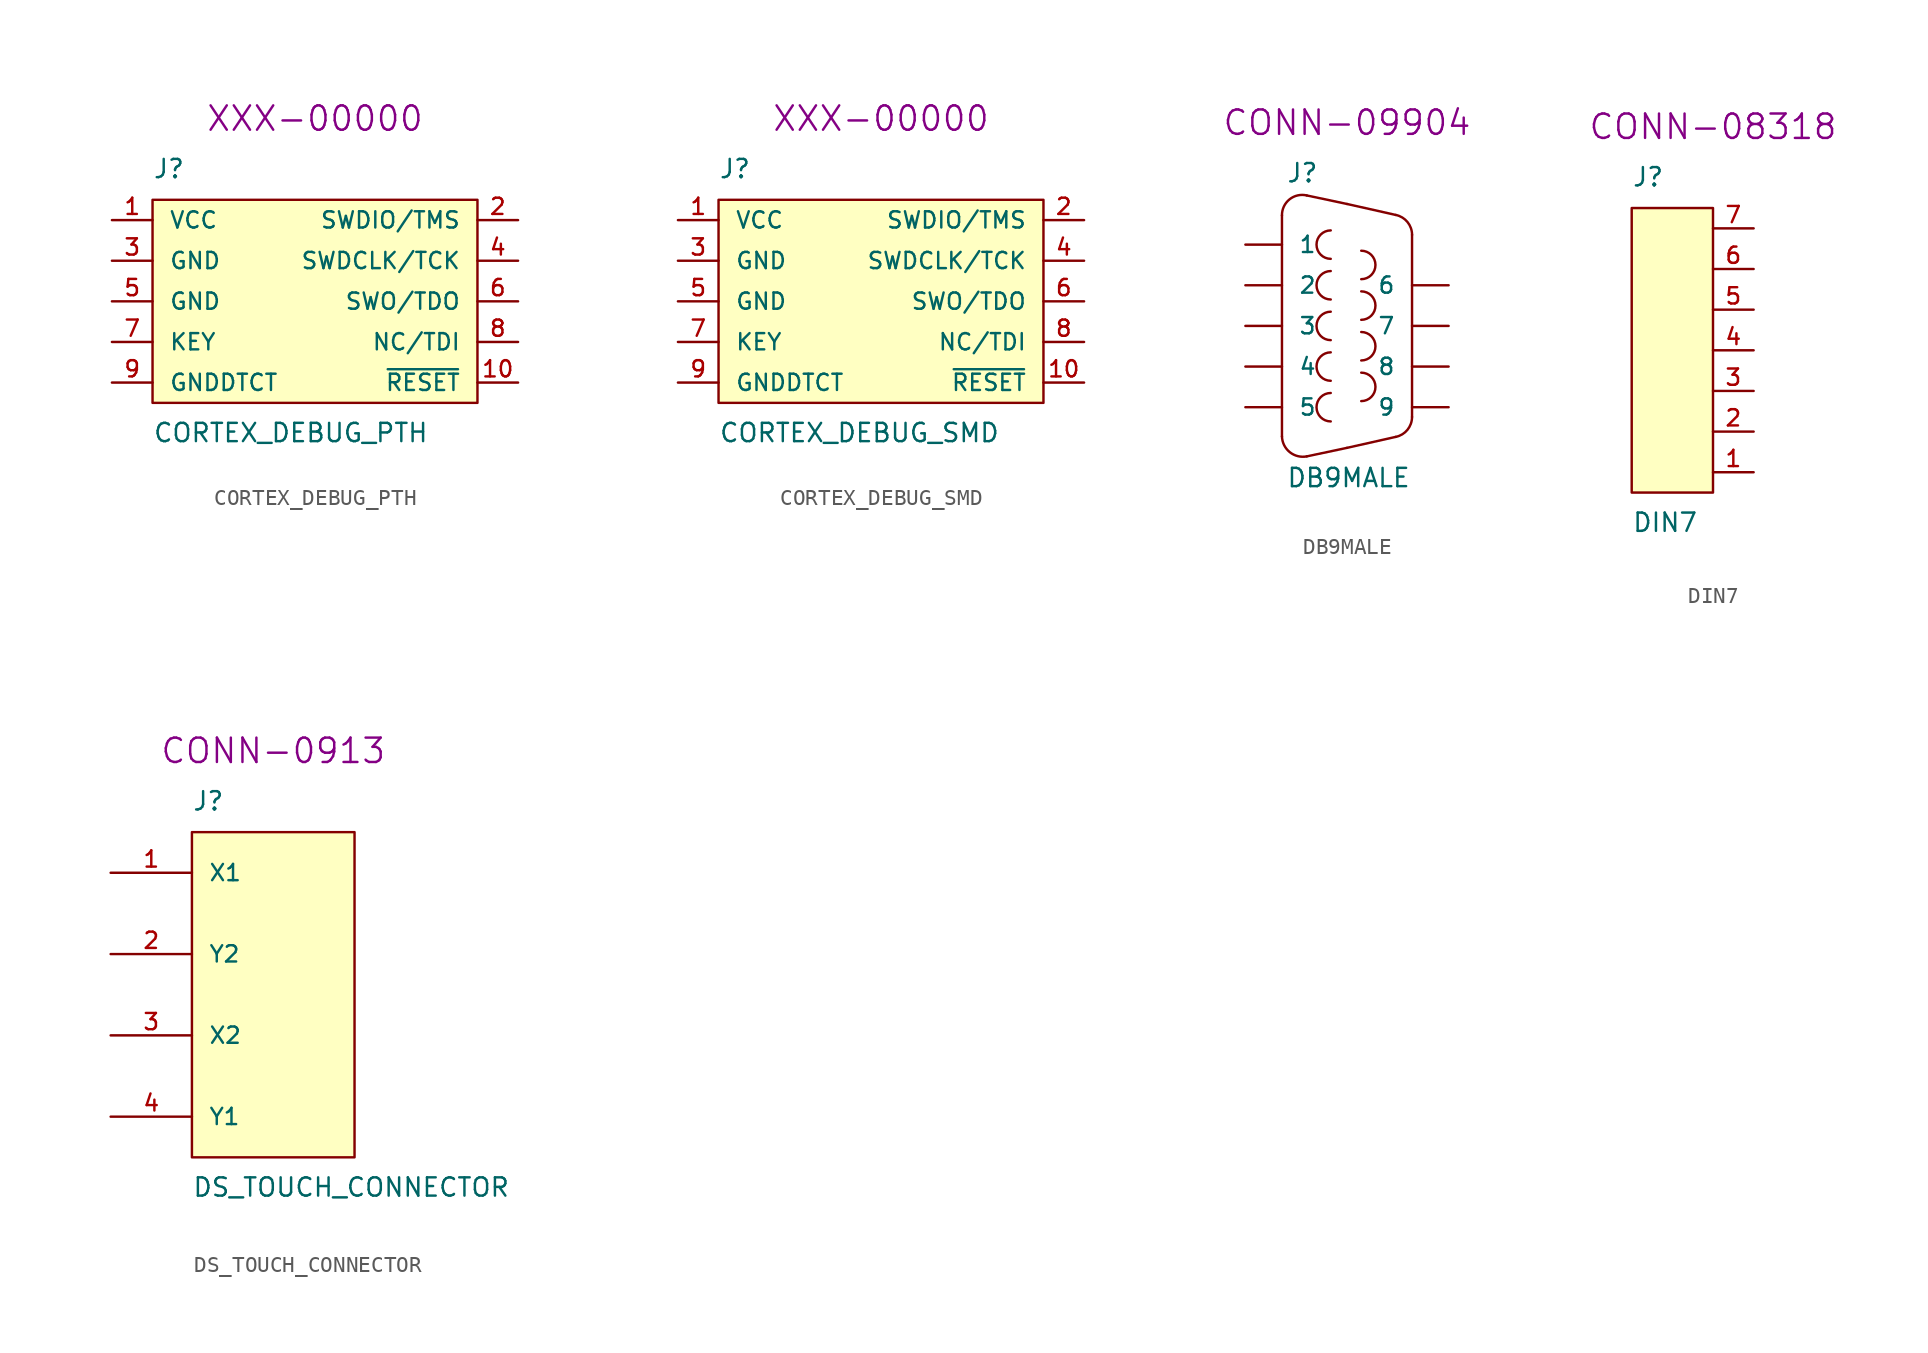
<source format=kicad_sym>
(kicad_symbol_lib
  (version 20201005)
  (generator kicad_symbol_editor)
  (symbol "CORTEX_DEBUG_PTH"
    (pin_names
      (offset 1.016))
    (property "Reference" "J"
      (at -10.16 7.62 0)
      (effects (font (size 1.143 1.143)) (justify left bottom)))
    (property "Value" "CORTEX_DEBUG_PTH"
      (at -10.16 -8.89 0)
      (effects (font (size 1.143 1.143)) (justify left bottom)))
    (property "Field4" "XXX-00000"
      (at 0 11.43 0)
      (effects (font (size 1.524 1.524))))
    (property "ki_locked" ""
      (at 0 0 0)
      (effects (font (size 1.27 1.27))))
    (symbol "CORTEX_DEBUG_PTH_1_1"
      (polyline (pts (xy -10.16 -6.35) (xy -10.16 6.35) (xy 10.16 6.35) (xy 10.16 -6.35) (xy -10.16 -6.35)) (stroke (width 0)) (fill (type background)))
      (pin bidirectional line (at -12.7 5.08 0) (length 2.54) (name "VCC" (effects (font (size 1.016 1.016)))) (number "1" (effects (font (size 1.016 1.016)))))
      (pin bidirectional line (at 12.7 5.08 180) (length 2.54) (name "SWDIO/TMS" (effects (font (size 1.016 1.016)))) (number "2" (effects (font (size 1.016 1.016)))))
      (pin bidirectional line (at -12.7 2.54 0) (length 2.54) (name "GND" (effects (font (size 1.016 1.016)))) (number "3" (effects (font (size 1.016 1.016)))))
      (pin bidirectional line (at 12.7 2.54 180) (length 2.54) (name "SWDCLK/TCK" (effects (font (size 1.016 1.016)))) (number "4" (effects (font (size 1.016 1.016)))))
      (pin bidirectional line (at -12.7 0 0) (length 2.54) (name "GND" (effects (font (size 1.016 1.016)))) (number "5" (effects (font (size 1.016 1.016)))))
      (pin bidirectional line (at 12.7 0 180) (length 2.54) (name "SWO/TDO" (effects (font (size 1.016 1.016)))) (number "6" (effects (font (size 1.016 1.016)))))
      (pin bidirectional line (at -12.7 -2.54 0) (length 2.54) (name "KEY" (effects (font (size 1.016 1.016)))) (number "7" (effects (font (size 1.016 1.016)))))
      (pin bidirectional line (at 12.7 -2.54 180) (length 2.54) (name "NC/TDI" (effects (font (size 1.016 1.016)))) (number "8" (effects (font (size 1.016 1.016)))))
      (pin bidirectional line (at -12.7 -5.08 0) (length 2.54) (name "GNDDTCT" (effects (font (size 1.016 1.016)))) (number "9" (effects (font (size 1.016 1.016)))))
      (pin bidirectional line (at 12.7 -5.08 180) (length 2.54) (name "~RESET" (effects (font (size 1.016 1.016)))) (number "10" (effects (font (size 1.016 1.016)))))))
  (symbol "CORTEX_DEBUG_SMD"
    (pin_names
      (offset 1.016))
    (property "Reference" "J"
      (at -10.16 7.62 0)
      (effects (font (size 1.143 1.143)) (justify left bottom)))
    (property "Value" "CORTEX_DEBUG_SMD"
      (at -10.16 -8.89 0)
      (effects (font (size 1.143 1.143)) (justify left bottom)))
    (property "Field4" "XXX-00000"
      (at 0 11.43 0)
      (effects (font (size 1.524 1.524))))
    (property "ki_locked" ""
      (at 0 0 0)
      (effects (font (size 1.27 1.27))))
    (symbol "CORTEX_DEBUG_SMD_1_1"
      (polyline (pts (xy -10.16 -6.35) (xy -10.16 6.35) (xy 10.16 6.35) (xy 10.16 -6.35) (xy -10.16 -6.35)) (stroke (width 0)) (fill (type background)))
      (pin bidirectional line (at -12.7 5.08 0) (length 2.54) (name "VCC" (effects (font (size 1.016 1.016)))) (number "1" (effects (font (size 1.016 1.016)))))
      (pin bidirectional line (at 12.7 5.08 180) (length 2.54) (name "SWDIO/TMS" (effects (font (size 1.016 1.016)))) (number "2" (effects (font (size 1.016 1.016)))))
      (pin bidirectional line (at -12.7 2.54 0) (length 2.54) (name "GND" (effects (font (size 1.016 1.016)))) (number "3" (effects (font (size 1.016 1.016)))))
      (pin bidirectional line (at 12.7 2.54 180) (length 2.54) (name "SWDCLK/TCK" (effects (font (size 1.016 1.016)))) (number "4" (effects (font (size 1.016 1.016)))))
      (pin bidirectional line (at -12.7 0 0) (length 2.54) (name "GND" (effects (font (size 1.016 1.016)))) (number "5" (effects (font (size 1.016 1.016)))))
      (pin bidirectional line (at 12.7 0 180) (length 2.54) (name "SWO/TDO" (effects (font (size 1.016 1.016)))) (number "6" (effects (font (size 1.016 1.016)))))
      (pin bidirectional line (at -12.7 -2.54 0) (length 2.54) (name "KEY" (effects (font (size 1.016 1.016)))) (number "7" (effects (font (size 1.016 1.016)))))
      (pin bidirectional line (at 12.7 -2.54 180) (length 2.54) (name "NC/TDI" (effects (font (size 1.016 1.016)))) (number "8" (effects (font (size 1.016 1.016)))))
      (pin bidirectional line (at -12.7 -5.08 0) (length 2.54) (name "GNDDTCT" (effects (font (size 1.016 1.016)))) (number "9" (effects (font (size 1.016 1.016)))))
      (pin bidirectional line (at 12.7 -5.08 180) (length 2.54) (name "~RESET" (effects (font (size 1.016 1.016)))) (number "10" (effects (font (size 1.016 1.016)))))))
  (symbol "DB9MALE"
    (pin_numbers hide)
    (pin_names
      (offset 1.016))
    (property "Reference" "J"
      (at -3.81 8.89 0)
      (effects (font (size 1.143 1.143)) (justify left bottom)))
    (property "Value" "DB9MALE"
      (at -3.81 -10.16 0)
      (effects (font (size 1.143 1.143)) (justify left bottom)))
    (property "Field4" "CONN-09904"
      (at 0 12.7 0)
      (effects (font (size 1.524 1.524))))
    (property "ki_locked" ""
      (at 0 0 0)
      (effects (font (size 1.27 1.27))))
    (symbol "DB9MALE_1_0"
      (polyline (pts (xy -4.064 -6.909) (xy -4.064 6.909)) (stroke (width 0)) (fill (type none)))
      (polyline (pts (xy -2.515 -8.153) (xy 0 -7.62)) (stroke (width 0)) (fill (type none)))
      (polyline (pts (xy -2.515 8.153) (xy 0 7.62)) (stroke (width 0)) (fill (type none)))
      (polyline (pts (xy 0 -7.62) (xy 3.048 -6.934)) (stroke (width 0)) (fill (type none)))
      (polyline (pts (xy 0 7.62) (xy 3.048 6.934)) (stroke (width 0)) (fill (type none)))
      (polyline (pts (xy 4.064 -5.69) (xy 4.064 5.69)) (stroke (width 0)) (fill (type none))))
    (symbol "DB9MALE_1_1"
      (arc (start -4.064 -6.9088) (end -2.5146 -8.1534) (radius (at -2.7686 -6.9088) (length 1.27) (angles -179.8 -77.7)) (stroke (width 0)) (fill (type none)))
      (arc (start -2.5146 8.1534) (end -4.064 6.9088) (radius (at -2.7686 6.9088) (length 1.27) (angles 77.8 179.9)) (stroke (width 0)) (fill (type none)))
      (arc (start -1.016 -4.191) (end -1.016 -5.969) (radius (at -1.016 -5.08) (length 0.889) (angles 90.1 -90.1)) (stroke (width 0)) (fill (type none)))
      (arc (start -1.016 -1.651) (end -1.016 -3.429) (radius (at -1.016 -2.54) (length 0.889) (angles 90.1 -90.1)) (stroke (width 0)) (fill (type none)))
      (arc (start -1.016 0.889) (end -1.016 -0.889) (radius (at -1.016 0) (length 0.889) (angles 90.1 -90.1)) (stroke (width 0)) (fill (type none)))
      (arc (start -1.016 3.429) (end -1.016 1.651) (radius (at -1.016 2.54) (length 0.889) (angles 90.1 -90.1)) (stroke (width 0)) (fill (type none)))
      (arc (start -1.016 5.969) (end -1.016 4.191) (radius (at -1.016 5.08) (length 0.889) (angles 90.1 -90.1)) (stroke (width 0)) (fill (type none)))
      (arc (start 0.889 -4.699) (end 0.889 -2.921) (radius (at 0.889 -3.81) (length 0.889) (angles -89.9 89.9)) (stroke (width 0)) (fill (type none)))
      (arc (start 0.889 -2.159) (end 0.889 -0.381) (radius (at 0.889 -1.27) (length 0.889) (angles -89.9 89.9)) (stroke (width 0)) (fill (type none)))
      (arc (start 0.889 0.381) (end 0.889 2.159) (radius (at 0.889 1.27) (length 0.889) (angles -89.9 89.9)) (stroke (width 0)) (fill (type none)))
      (arc (start 0.889 2.921) (end 0.889 4.699) (radius (at 0.889 3.81) (length 0.889) (angles -89.9 89.9)) (stroke (width 0)) (fill (type none)))
      (arc (start 3.048 -6.9342) (end 4.064 -5.6896) (radius (at 2.794 -5.6896) (length 1.27) (angles -77.5 -0.1)) (stroke (width 0)) (fill (type none)))
      (arc (start 4.064 5.6896) (end 3.048 6.9342) (radius (at 2.794 5.6896) (length 1.27) (angles 0.2 77.6)) (stroke (width 0)) (fill (type none)))
      (pin passive line (at -6.35 5.08 0) (length 2.286) (name "1" (effects (font (size 1.016 1.016)))) (number "1" (effects (font (size 1.016 1.016)))))
      (pin passive line (at -6.35 2.54 0) (length 2.286) (name "2" (effects (font (size 1.016 1.016)))) (number "2" (effects (font (size 1.016 1.016)))))
      (pin passive line (at -6.35 0 0) (length 2.286) (name "3" (effects (font (size 1.016 1.016)))) (number "3" (effects (font (size 1.016 1.016)))))
      (pin passive line (at -6.35 -2.54 0) (length 2.286) (name "4" (effects (font (size 1.016 1.016)))) (number "4" (effects (font (size 1.016 1.016)))))
      (pin passive line (at -6.35 -5.08 0) (length 2.286) (name "5" (effects (font (size 1.016 1.016)))) (number "5" (effects (font (size 1.016 1.016)))))
      (pin passive line (at 6.35 2.54 180) (length 2.286) (name "6" (effects (font (size 1.016 1.016)))) (number "6" (effects (font (size 1.016 1.016)))))
      (pin passive line (at 6.35 0 180) (length 2.286) (name "7" (effects (font (size 1.016 1.016)))) (number "7" (effects (font (size 1.016 1.016)))))
      (pin passive line (at 6.35 -2.54 180) (length 2.286) (name "8" (effects (font (size 1.016 1.016)))) (number "8" (effects (font (size 1.016 1.016)))))
      (pin passive line (at 6.35 -5.08 180) (length 2.286) (name "9" (effects (font (size 1.016 1.016)))) (number "9" (effects (font (size 1.016 1.016)))))))
  (symbol "DIN7"
    (pin_names
      (offset 1.016) hide)
    (property "Reference" "J"
      (at -5.08 17.78 0)
      (effects (font (size 1.143 1.143)) (justify left bottom)))
    (property "Value" "DIN7"
      (at -5.08 -3.81 0)
      (effects (font (size 1.143 1.143)) (justify left bottom)))
    (property "Field4" "CONN-08318"
      (at 0 21.59 0)
      (effects (font (size 1.524 1.524))))
    (symbol "DIN7_1_1"
      (polyline (pts (xy 0 -1.27) (xy 0 16.51) (xy -5.08 16.51) (xy -5.08 -1.27) (xy 0 -1.27)) (stroke (width 0)) (fill (type background)))
      (pin bidirectional line (at 2.54 0 180) (length 2.54) (name "1" (effects (font (size 1.016 1.016)))) (number "1" (effects (font (size 1.016 1.016)))))
      (pin bidirectional line (at 2.54 2.54 180) (length 2.54) (name "2" (effects (font (size 1.016 1.016)))) (number "2" (effects (font (size 1.016 1.016)))))
      (pin bidirectional line (at 2.54 5.08 180) (length 2.54) (name "3" (effects (font (size 1.016 1.016)))) (number "3" (effects (font (size 1.016 1.016)))))
      (pin bidirectional line (at 2.54 7.62 180) (length 2.54) (name "4" (effects (font (size 1.016 1.016)))) (number "4" (effects (font (size 1.016 1.016)))))
      (pin bidirectional line (at 2.54 10.16 180) (length 2.54) (name "5" (effects (font (size 1.016 1.016)))) (number "5" (effects (font (size 1.016 1.016)))))
      (pin bidirectional line (at 2.54 12.7 180) (length 2.54) (name "6" (effects (font (size 1.016 1.016)))) (number "6" (effects (font (size 1.016 1.016)))))
      (pin bidirectional line (at 2.54 15.24 180) (length 2.54) (name "7" (effects (font (size 1.016 1.016)))) (number "7" (effects (font (size 1.016 1.016)))))))
  (symbol "DS_TOUCH_CONNECTOR"
    (pin_names
      (offset 1.016))
    (property "Reference" "J"
      (at -5.08 11.43 0)
      (effects (font (size 1.143 1.143)) (justify left bottom)))
    (property "Value" "DS_TOUCH_CONNECTOR"
      (at -5.08 -12.7 0)
      (effects (font (size 1.143 1.143)) (justify left bottom)))
    (property "Field4" "CONN-0913"
      (at 0 15.24 0)
      (effects (font (size 1.524 1.524))))
    (property "ki_locked" ""
      (at 0 0 0)
      (effects (font (size 1.27 1.27))))
    (symbol "DS_TOUCH_CONNECTOR_1_1"
      (polyline (pts (xy -5.08 10.16) (xy -5.08 -10.16) (xy 5.08 -10.16) (xy 5.08 10.16) (xy -5.08 10.16)) (stroke (width 0)) (fill (type background)))
      (pin bidirectional line (at -10.16 7.62 0) (length 5.08) (name "X1" (effects (font (size 1.016 1.016)))) (number "1" (effects (font (size 1.016 1.016)))))
      (pin bidirectional line (at -10.16 2.54 0) (length 5.08) (name "Y2" (effects (font (size 1.016 1.016)))) (number "2" (effects (font (size 1.016 1.016)))))
      (pin bidirectional line (at -10.16 -2.54 0) (length 5.08) (name "X2" (effects (font (size 1.016 1.016)))) (number "3" (effects (font (size 1.016 1.016)))))
      (pin bidirectional line (at -10.16 -7.62 0) (length 5.08) (name "Y1" (effects (font (size 1.016 1.016)))) (number "4" (effects (font (size 1.016 1.016))))))))
</source>
